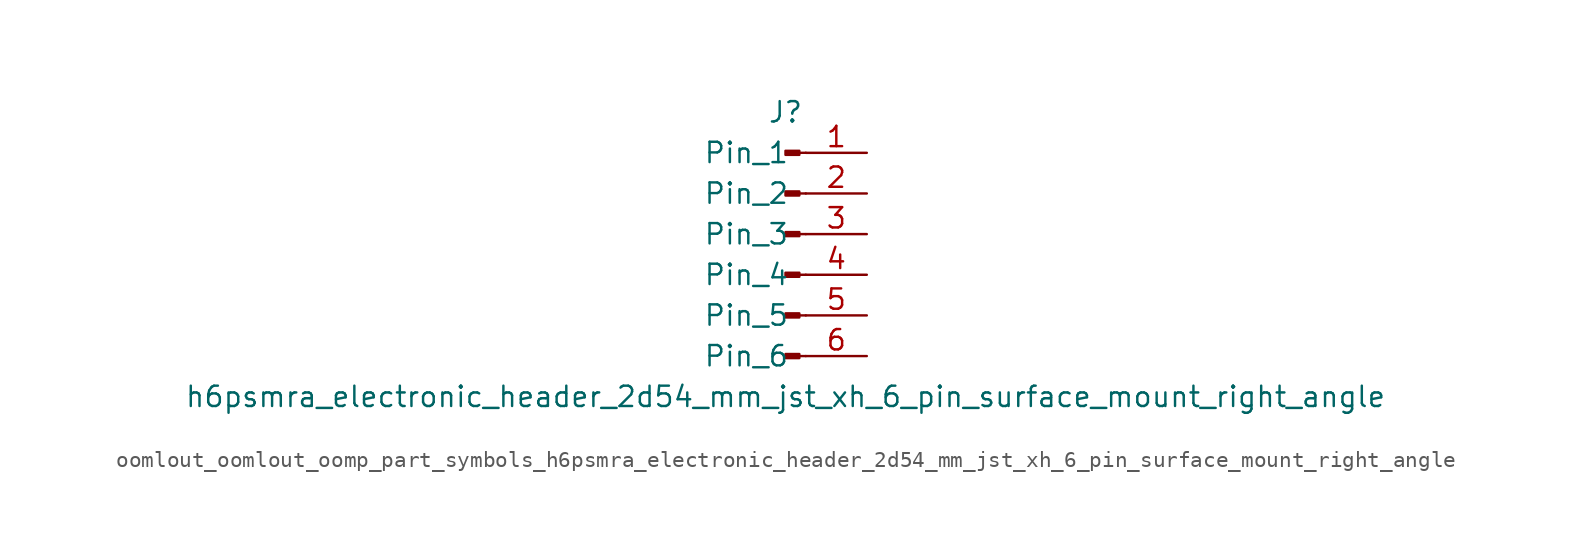
<source format=kicad_sym>
(kicad_symbol_lib
  (version 20220914)
  (generator kicad_symbol_editor)
  (symbol "oomlout_oomlout_oomp_part_symbols_h6psmra_electronic_header_2d54_mm_jst_xh_6_pin_surface_mount_right_angle"
    (pin_names
      (offset 1.016))
    (property "Reference" "J"
      (at 0 7.62 0)
      (effects (font (size 1.27 1.27))))
    (property "Value" "h6psmra_electronic_header_2d54_mm_jst_xh_6_pin_surface_mount_right_angle"
      (at 0 -10.16 0)
      (effects (font (size 1.27 1.27))))
    (property "ki_locked" ""
      (at 0 0 0)
      (effects (font (size 1.27 1.27))))
    (symbol "oomlout_oomlout_oomp_part_symbols_h6psmra_electronic_header_2d54_mm_jst_xh_6_pin_surface_mount_right_angle_1_1"
      (polyline (pts (xy 1.27 -7.62) (xy 0.864 -7.62)) (stroke (width 0.152) (type default)) (fill (type none)))
      (polyline (pts (xy 1.27 -5.08) (xy 0.864 -5.08)) (stroke (width 0.152) (type default)) (fill (type none)))
      (polyline (pts (xy 1.27 -2.54) (xy 0.864 -2.54)) (stroke (width 0.152) (type default)) (fill (type none)))
      (polyline (pts (xy 1.27 0) (xy 0.864 0)) (stroke (width 0.152) (type default)) (fill (type none)))
      (polyline (pts (xy 1.27 2.54) (xy 0.864 2.54)) (stroke (width 0.152) (type default)) (fill (type none)))
      (polyline (pts (xy 1.27 5.08) (xy 0.864 5.08)) (stroke (width 0.152) (type default)) (fill (type none)))
      (rectangle (start 0.864 -7.493) (end 0 -7.747) (stroke (width 0.152) (type default)) (fill (type outline)))
      (rectangle (start 0.864 -4.953) (end 0 -5.207) (stroke (width 0.152) (type default)) (fill (type outline)))
      (rectangle (start 0.864 -2.413) (end 0 -2.667) (stroke (width 0.152) (type default)) (fill (type outline)))
      (rectangle (start 0.864 0.127) (end 0 -0.127) (stroke (width 0.152) (type default)) (fill (type outline)))
      (rectangle (start 0.864 2.667) (end 0 2.413) (stroke (width 0.152) (type default)) (fill (type outline)))
      (rectangle (start 0.864 5.207) (end 0 4.953) (stroke (width 0.152) (type default)) (fill (type outline)))
      (pin passive line (at 5.08 5.08 180) (length 3.81) (name "Pin_1" (effects (font (size 1.27 1.27)))) (number "1" (effects (font (size 1.27 1.27)))))
      (pin passive line (at 5.08 2.54 180) (length 3.81) (name "Pin_2" (effects (font (size 1.27 1.27)))) (number "2" (effects (font (size 1.27 1.27)))))
      (pin passive line (at 5.08 0 180) (length 3.81) (name "Pin_3" (effects (font (size 1.27 1.27)))) (number "3" (effects (font (size 1.27 1.27)))))
      (pin passive line (at 5.08 -2.54 180) (length 3.81) (name "Pin_4" (effects (font (size 1.27 1.27)))) (number "4" (effects (font (size 1.27 1.27)))))
      (pin passive line (at 5.08 -5.08 180) (length 3.81) (name "Pin_5" (effects (font (size 1.27 1.27)))) (number "5" (effects (font (size 1.27 1.27)))))
      (pin passive line (at 5.08 -7.62 180) (length 3.81) (name "Pin_6" (effects (font (size 1.27 1.27)))) (number "6" (effects (font (size 1.27 1.27))))))))
</source>
